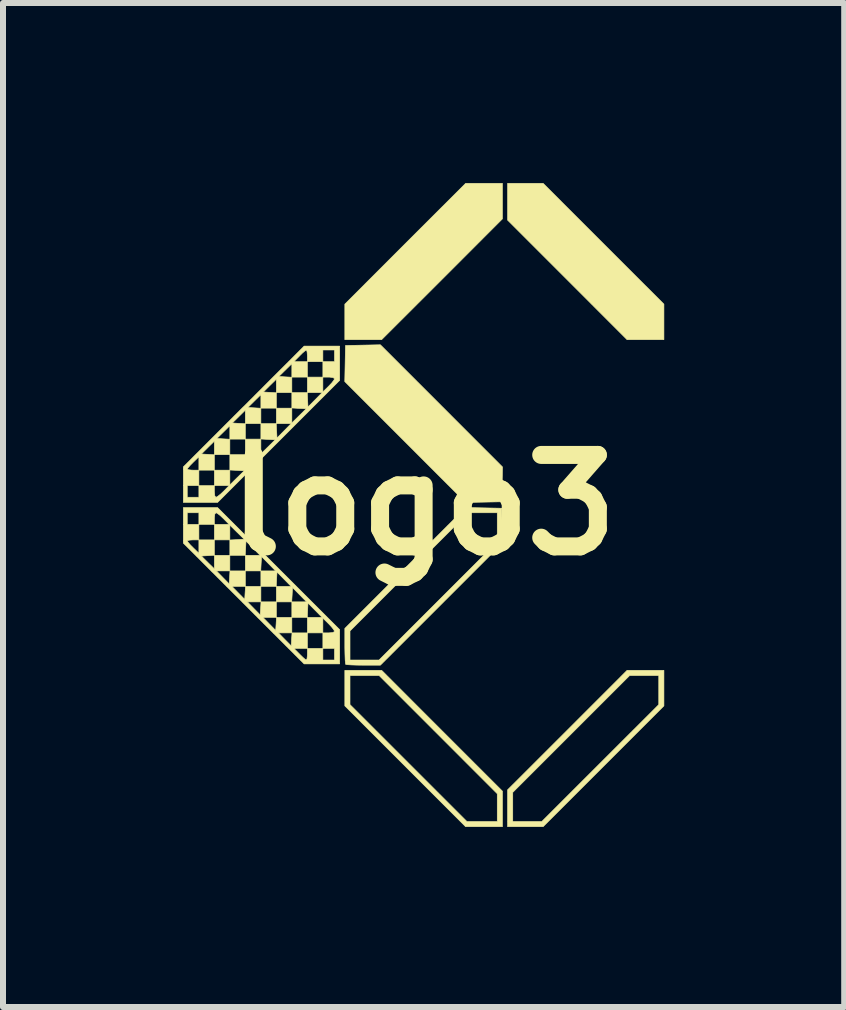
<source format=kicad_pcb>
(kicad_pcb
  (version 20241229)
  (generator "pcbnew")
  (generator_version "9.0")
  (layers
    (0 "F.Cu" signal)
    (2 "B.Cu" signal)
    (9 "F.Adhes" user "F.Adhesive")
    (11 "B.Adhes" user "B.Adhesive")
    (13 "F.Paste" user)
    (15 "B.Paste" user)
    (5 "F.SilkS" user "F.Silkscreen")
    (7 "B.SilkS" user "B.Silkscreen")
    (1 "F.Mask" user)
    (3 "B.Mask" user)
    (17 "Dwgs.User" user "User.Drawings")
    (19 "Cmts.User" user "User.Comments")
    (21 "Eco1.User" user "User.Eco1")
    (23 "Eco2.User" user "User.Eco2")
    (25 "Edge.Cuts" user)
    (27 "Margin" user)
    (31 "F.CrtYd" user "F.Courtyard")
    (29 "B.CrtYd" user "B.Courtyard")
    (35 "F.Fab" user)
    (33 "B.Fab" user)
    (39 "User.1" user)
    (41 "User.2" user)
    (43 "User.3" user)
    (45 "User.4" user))
  (footprint "logo3"
    (layer "F.Cu")
    (at 4.009 5.365)
    (property "Reference" "logo3" (at 0 0 0) (layer "F.SilkS") (effects (font (size 1.524 1.524) (thickness 0.3))))
    (attr through_hole)
    (fp_poly (pts (xy 2.998 -4.353) (xy 4.004 -3.347) (xy 4.004 -2.755) (xy 3.39 -2.755) (xy 1.399 -4.747) (xy 1.399 -5.36) (xy 1.991 -5.36) (xy 2.998 -4.353)) (stroke (width 0.01) (type solid)) (fill yes) (layer "F.SilkS"))
    (fp_poly (pts (xy 1.313 -4.768) (xy 0.307 -3.761) (xy -0.7 -2.755) (xy -1.313 -2.755) (xy -1.313 -3.347) (xy -0.307 -4.354) (xy 0.7 -5.36) (xy 1.313 -5.36) (xy 1.313 -4.768)) (stroke (width 0.01) (type solid)) (fill yes) (layer "F.SilkS"))
    (fp_poly (pts (xy 0.297 -1.652) (xy 1.314 -0.634) (xy 1.308 -0.344) (xy 1.302 -0.054) (xy 1.001 -0.048) (xy 0.7 -0.042) (xy -0.307 -1.05) (xy -1.314 -2.057) (xy -1.302 -2.658) (xy -1.012 -2.664) (xy -0.721 -2.67) (xy 0.297 -1.652)) (stroke (width 0.01) (type solid)) (fill yes) (layer "F.SilkS"))
    (fp_poly (pts (xy 0.307 3.762) (xy 1.313 4.768) (xy 1.313 5.36) (xy 0.699 5.36) (xy -1.313 3.347) (xy -1.313 2.841) (xy -1.227 2.841) (xy -1.227 3.326) (xy -0.253 4.3) (xy 0.721 5.274) (xy 1.227 5.274) (xy 1.227 4.811) (xy -0.742 2.841) (xy -1.227 2.841) (xy -1.313 2.841) (xy -1.313 2.755) (xy -0.699 2.755) (xy 0.307 3.762)) (stroke (width 0.01) (type solid)) (fill yes) (layer "F.SilkS"))
    (fp_poly (pts (xy 4.004 3.347) (xy 2.997 4.354) (xy 1.991 5.36) (xy 1.399 5.36) (xy 1.399 4.789) (xy 1.485 4.789) (xy 1.485 5.274) (xy 1.969 5.274) (xy 3.918 3.326) (xy 3.918 2.841) (xy 3.433 2.841) (xy 2.459 3.815) (xy 1.485 4.789) (xy 1.399 4.789) (xy 1.399 4.746) (xy 2.395 3.751) (xy 3.39 2.755) (xy 4.004 2.755) (xy 4.004 3.347)) (stroke (width 0.01) (type solid)) (fill yes) (layer "F.SilkS"))
    (fp_poly (pts (xy 1.002 0.048) (xy 1.302 0.054) (xy 1.308 0.344) (xy 1.314 0.634) (xy -0.721 2.669) (xy -1.003 2.669) (xy -1.109 2.668) (xy -1.199 2.665) (xy -1.264 2.661) (xy -1.297 2.656) (xy -1.299 2.655) (xy -1.304 2.629) (xy -1.308 2.569) (xy -1.311 2.482) (xy -1.313 2.377) (xy -1.313 2.348) (xy -1.313 2.099) (xy -1.227 2.099) (xy -1.227 2.583) (xy -0.743 2.583) (xy 0.242 1.598) (xy 1.227 0.613) (xy 1.227 0.129) (xy 0.743 0.129) (xy -1.227 2.099) (xy -1.313 2.099) (xy -1.313 2.056) (xy -0.306 1.049) (xy 0.701 0.042) (xy 1.002 0.048)) (stroke (width 0.01) (type solid)) (fill yes) (layer "F.SilkS"))
    (fp_poly (pts (xy -1.399 -2.077) (xy -2.416 -1.06) (xy -3.433 -0.043) (xy -4.004 -0.043) (xy -4.004 -0.323) (xy -3.939 -0.323) (xy -3.939 -0.129) (xy -3.745 -0.129) (xy -3.745 -0.323) (xy -3.487 -0.323) (xy -3.487 -0.226) (xy -3.481 -0.157) (xy -3.464 -0.13) (xy -3.459 -0.129) (xy -3.431 -0.144) (xy -3.384 -0.181) (xy -3.336 -0.226) (xy -3.241 -0.323) (xy -3.487 -0.323) (xy -3.487 -0.581) (xy -3.745 -0.581) (xy -3.745 -0.323) (xy -3.939 -0.323) (xy -4.004 -0.323) (xy -4.004 -0.598) (xy -3.939 -0.598) (xy -3.92 -0.588) (xy -3.871 -0.582) (xy -3.842 -0.581) (xy -3.745 -0.581) (xy -3.745 -0.805) (xy -3.842 -0.71) (xy -3.893 -0.658) (xy -3.928 -0.617) (xy -3.939 -0.598) (xy -4.004 -0.598) (xy -4.004 -0.635) (xy -3.789 -0.85) (xy -3.704 -0.85) (xy -3.596 -0.844) (xy -3.487 -0.837) (xy -3.487 -0.581) (xy -3.229 -0.581) (xy -3.229 -0.335) (xy -3.11 -0.453) (xy -2.99 -0.57) (xy -3.11 -0.577) (xy -3.229 -0.583) (xy -3.229 -0.839) (xy -3.487 -0.839) (xy -3.487 -1.064) (xy -3.596 -0.957) (xy -3.704 -0.85) (xy -3.789 -0.85) (xy -3.53 -1.109) (xy -3.446 -1.109) (xy -3.337 -1.102) (xy -3.229 -1.096) (xy -3.229 -0.839) (xy -2.971 -0.839) (xy -2.971 -0.593) (xy -2.851 -0.711) (xy -2.732 -0.829) (xy -2.851 -0.835) (xy -2.971 -0.842) (xy -2.971 -1.098) (xy -3.229 -1.098) (xy -3.229 -1.322) (xy -3.337 -1.215) (xy -3.446 -1.109) (xy -3.53 -1.109) (xy -3.272 -1.367) (xy -3.188 -1.367) (xy -3.079 -1.36) (xy -2.971 -1.354) (xy -2.971 -1.098) (xy -2.712 -1.098) (xy -2.712 -0.852) (xy -2.593 -0.969) (xy -2.474 -1.087) (xy -2.593 -1.093) (xy -2.712 -1.1) (xy -2.712 -1.356) (xy -2.971 -1.356) (xy -2.971 -1.581) (xy -3.079 -1.474) (xy -3.188 -1.367) (xy -3.272 -1.367) (xy -3.014 -1.625) (xy -2.929 -1.625) (xy -2.821 -1.619) (xy -2.712 -1.612) (xy -2.712 -1.356) (xy -2.456 -1.356) (xy -2.45 -1.237) (xy -2.443 -1.117) (xy -2.325 -1.237) (xy -2.208 -1.356) (xy -2.454 -1.356) (xy -2.454 -1.614) (xy -2.712 -1.614) (xy -2.712 -1.839) (xy -2.821 -1.732) (xy -2.929 -1.625) (xy -3.014 -1.625) (xy -2.997 -1.641) (xy -2.755 -1.883) (xy -2.671 -1.883) (xy -2.563 -1.877) (xy -2.454 -1.87) (xy -2.454 -1.614) (xy -2.196 -1.614) (xy -2.196 -1.368) (xy -2.076 -1.486) (xy -1.957 -1.604) (xy -2.076 -1.61) (xy -2.196 -1.617) (xy -2.196 -1.873) (xy -2.454 -1.873) (xy -2.454 -2.097) (xy -2.563 -1.99) (xy -2.671 -1.883) (xy -2.755 -1.883) (xy -2.497 -2.142) (xy -2.413 -2.142) (xy -2.304 -2.135) (xy -2.196 -2.129) (xy -2.196 -1.873) (xy -1.939 -1.873) (xy -1.933 -1.753) (xy -1.927 -1.634) (xy -1.809 -1.753) (xy -1.691 -1.873) (xy -1.937 -1.873) (xy -1.937 -2.131) (xy -1.679 -2.131) (xy -1.679 -1.885) (xy -1.582 -1.98) (xy -1.531 -2.034) (xy -1.496 -2.079) (xy -1.485 -2.103) (xy -1.506 -2.123) (xy -1.567 -2.131) (xy -1.582 -2.131) (xy -1.679 -2.131) (xy -1.679 -2.389) (xy -1.937 -2.389) (xy -1.937 -2.131) (xy -2.196 -2.131) (xy -2.196 -2.355) (xy -2.413 -2.142) (xy -2.497 -2.142) (xy -2.249 -2.389) (xy -2.162 -2.389) (xy -1.937 -2.389) (xy -1.937 -2.486) (xy -1.941 -2.544) (xy -1.949 -2.579) (xy -1.954 -2.583) (xy -1.679 -2.583) (xy -1.679 -2.389) (xy -1.485 -2.389) (xy -1.485 -2.583) (xy -1.679 -2.583) (xy -1.954 -2.583) (xy -1.977 -2.569) (xy -2.02 -2.532) (xy -2.066 -2.486) (xy -2.162 -2.389) (xy -2.249 -2.389) (xy -1.991 -2.648) (xy -1.399 -2.648) (xy -1.399 -2.077)) (stroke (width 0.01) (type solid)) (fill yes) (layer "F.SilkS"))
    (fp_poly (pts (xy -2.416 1.06) (xy -1.399 2.077) (xy -1.399 2.648) (xy -1.991 2.648) (xy -2.25 2.389) (xy -2.162 2.389) (xy -2.066 2.486) (xy -2.014 2.537) (xy -1.974 2.572) (xy -1.954 2.583) (xy -1.944 2.564) (xy -1.938 2.515) (xy -1.937 2.486) (xy -1.937 2.389) (xy -2.162 2.389) (xy -2.25 2.389) (xy -2.508 2.131) (xy -2.42 2.131) (xy -2.313 2.24) (xy -2.206 2.348) (xy -2.2 2.24) (xy -2.193 2.131) (xy -1.937 2.131) (xy -1.937 2.389) (xy -1.679 2.389) (xy -1.679 2.583) (xy -1.485 2.583) (xy -1.485 2.389) (xy -1.679 2.389) (xy -1.679 2.131) (xy -1.937 2.131) (xy -1.937 1.885) (xy -1.679 1.885) (xy -1.679 2.131) (xy -1.582 2.131) (xy -1.513 2.125) (xy -1.486 2.108) (xy -1.485 2.103) (xy -1.5 2.074) (xy -1.537 2.028) (xy -1.582 1.98) (xy -1.679 1.885) (xy -1.937 1.885) (xy -1.937 1.873) (xy -1.691 1.873) (xy -1.809 1.753) (xy -1.927 1.634) (xy -1.933 1.753) (xy -1.939 1.873) (xy -2.196 1.873) (xy -2.196 2.131) (xy -2.42 2.131) (xy -2.508 2.131) (xy -2.766 1.873) (xy -2.678 1.873) (xy -2.465 2.09) (xy -2.458 1.981) (xy -2.452 1.873) (xy -2.196 1.873) (xy -2.196 1.614) (xy -1.95 1.614) (xy -2.067 1.495) (xy -2.185 1.376) (xy -2.191 1.495) (xy -2.198 1.614) (xy -2.454 1.614) (xy -2.454 1.873) (xy -2.678 1.873) (xy -2.766 1.873) (xy -2.998 1.641) (xy -3.024 1.614) (xy -2.937 1.614) (xy -2.723 1.832) (xy -2.716 1.723) (xy -2.71 1.614) (xy -2.454 1.614) (xy -2.454 1.356) (xy -2.208 1.356) (xy -2.325 1.237) (xy -2.443 1.117) (xy -2.45 1.237) (xy -2.456 1.356) (xy -2.712 1.356) (xy -2.712 1.614) (xy -2.937 1.614) (xy -3.024 1.614) (xy -3.283 1.356) (xy -3.195 1.356) (xy -2.981 1.573) (xy -2.975 1.465) (xy -2.968 1.356) (xy -2.712 1.356) (xy -2.712 1.098) (xy -2.466 1.098) (xy -2.584 0.978) (xy -2.701 0.859) (xy -2.708 0.978) (xy -2.714 1.098) (xy -2.971 1.098) (xy -2.971 1.356) (xy -3.195 1.356) (xy -3.283 1.356) (xy -3.541 1.098) (xy -3.453 1.098) (xy -3.24 1.315) (xy -3.233 1.206) (xy -3.227 1.098) (xy -2.971 1.098) (xy -2.971 0.839) (xy -2.724 0.839) (xy -2.842 0.72) (xy -2.96 0.601) (xy -2.966 0.72) (xy -2.973 0.839) (xy -3.229 0.839) (xy -3.229 1.098) (xy -3.453 1.098) (xy -3.541 1.098) (xy -3.788 0.85) (xy -3.704 0.85) (xy -3.596 0.957) (xy -3.487 1.064) (xy -3.487 0.839) (xy -3.229 0.839) (xy -3.229 0.583) (xy -3.11 0.577) (xy -2.99 0.57) (xy -3.11 0.453) (xy -3.229 0.335) (xy -3.229 0.581) (xy -3.487 0.581) (xy -3.487 0.837) (xy -3.596 0.844) (xy -3.704 0.85) (xy -3.788 0.85) (xy -4.004 0.635) (xy -4.004 0.598) (xy -3.939 0.598) (xy -3.925 0.621) (xy -3.888 0.664) (xy -3.842 0.71) (xy -3.745 0.805) (xy -3.745 0.581) (xy -3.842 0.581) (xy -3.9 0.585) (xy -3.935 0.593) (xy -3.939 0.598) (xy -4.004 0.598) (xy -4.004 0.129) (xy -3.939 0.129) (xy -3.939 0.323) (xy -3.745 0.323) (xy -3.745 0.581) (xy -3.487 0.581) (xy -3.487 0.323) (xy -3.745 0.323) (xy -3.745 0.226) (xy -3.487 0.226) (xy -3.487 0.323) (xy -3.241 0.323) (xy -3.336 0.226) (xy -3.39 0.175) (xy -3.436 0.14) (xy -3.459 0.129) (xy -3.479 0.149) (xy -3.487 0.211) (xy -3.487 0.226) (xy -3.745 0.226) (xy -3.745 0.129) (xy -3.939 0.129) (xy -4.004 0.129) (xy -4.004 0.043) (xy -3.433 0.043) (xy -2.416 1.06)) (stroke (width 0.01) (type solid)) (fill yes) (layer "F.SilkS")))
  (gr_rect
    (start -3 -3)
    (end 11.017 13.73)
    (stroke (width 0.1) (type default))
    (fill no)
    (layer "Edge.Cuts")))
</source>
